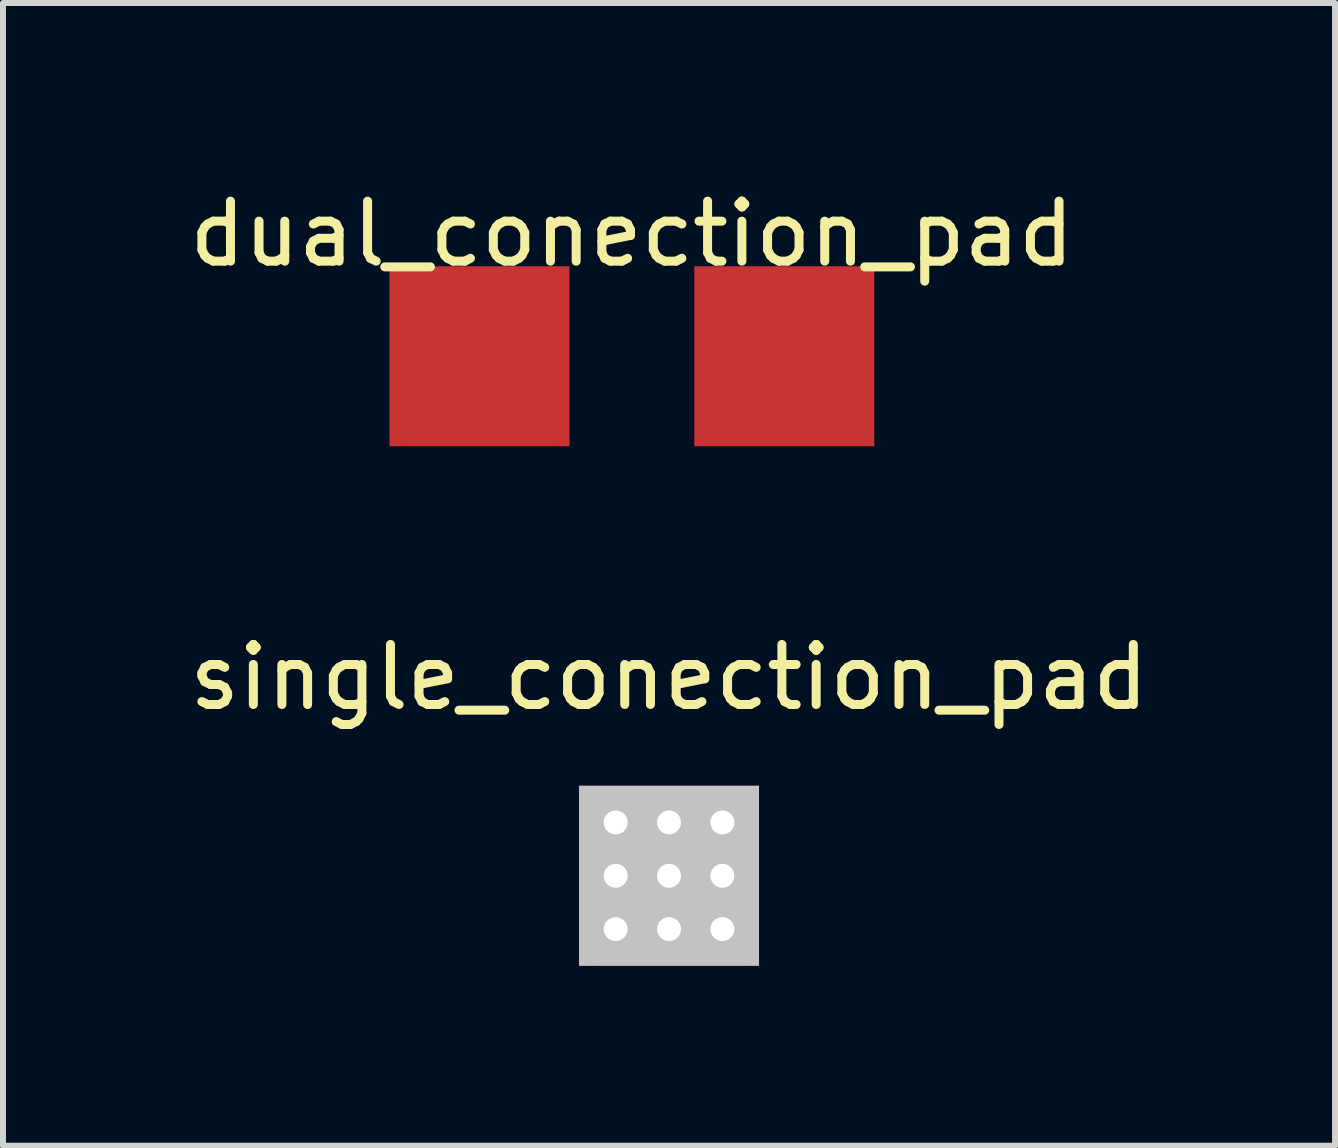
<source format=kicad_pcb>
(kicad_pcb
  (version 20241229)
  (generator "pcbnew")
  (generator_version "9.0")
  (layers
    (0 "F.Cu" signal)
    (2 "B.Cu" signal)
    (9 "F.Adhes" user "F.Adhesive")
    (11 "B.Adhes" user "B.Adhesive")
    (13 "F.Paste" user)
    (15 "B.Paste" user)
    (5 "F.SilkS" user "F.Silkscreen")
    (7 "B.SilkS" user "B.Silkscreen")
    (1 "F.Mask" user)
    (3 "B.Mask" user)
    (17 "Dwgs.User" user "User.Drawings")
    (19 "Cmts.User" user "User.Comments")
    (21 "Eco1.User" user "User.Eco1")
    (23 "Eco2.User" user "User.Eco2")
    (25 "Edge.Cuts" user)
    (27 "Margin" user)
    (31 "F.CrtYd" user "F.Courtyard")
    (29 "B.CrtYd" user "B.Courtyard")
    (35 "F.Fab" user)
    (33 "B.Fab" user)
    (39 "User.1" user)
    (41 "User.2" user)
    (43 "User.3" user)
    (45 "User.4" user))
  (footprint "single_conection_pad"
    (layer "F.Cu")
    (at 8.101 7.737)
    (property "Reference" "single_conection_pad" (at 0 0.5 0) (layer "F.SilkS") (effects (font (size 1 1) (thickness 0.15))))
    (attr through_hole)
    (pad "1" thru_hole circle (at -0.889 2.921) (size 0.8 0.8) (drill 0.4) (layers "*.Cu" "*.Mask"))
    (pad "1" thru_hole circle (at -0.889 3.81) (size 0.8 0.8) (drill 0.4) (layers "*.Cu" "*.Mask"))
    (pad "1" thru_hole circle (at -0.889 4.699) (size 0.8 0.8) (drill 0.4) (layers "*.Cu" "*.Mask"))
    (pad "1" thru_hole circle (at 0 2.921) (size 0.8 0.8) (drill 0.4) (layers "*.Cu" "*.Mask"))
    (pad "1" thru_hole circle (at 0 3.81) (size 0.8 0.8) (drill 0.4) (layers "*.Cu" "*.Mask"))
    (pad "1" smd rect (at 0 3.81) (size 3 3) (layers "F.Cu" "F.Mask" "F.Paste"))
    (pad "1" smd rect (at 0 3.81) (size 3 3) (layers "F.Cu" "B.Mask" "B.Paste" "Dwgs.User"))
    (pad "1" thru_hole circle (at 0 4.699) (size 0.8 0.8) (drill 0.4) (layers "*.Cu" "*.Mask"))
    (pad "1" thru_hole circle (at 0.889 2.921) (size 0.8 0.8) (drill 0.4) (layers "*.Cu" "*.Mask"))
    (pad "1" thru_hole circle (at 0.889 3.81) (size 0.8 0.8) (drill 0.4) (layers "*.Cu" "*.Mask"))
    (pad "1" thru_hole circle (at 0.889 4.699) (size 0.8 0.8) (drill 0.4) (layers "*.Cu" "*.Mask")))
  (footprint "dual_conection_pad"
    (layer "F.Cu")
    (at 7.482 0.348)
    (property "Reference" "dual_conection_pad" (at 0 0.5 0) (layer "F.SilkS") (effects (font (size 1 1) (thickness 0.15))))
    (attr through_hole)
    (pad "1" smd rect (at -2.54 2.54) (size 3 3) (layers "F.Cu" "F.Mask" "F.Paste"))
    (pad "2" smd rect (at 2.54 2.54) (size 3 3) (layers "F.Cu" "F.Mask" "F.Paste")))
  (gr_rect
    (start -3 -3)
    (end 19.202 16.047)
    (stroke (width 0.1) (type default))
    (fill no)
    (layer "Edge.Cuts")))
</source>
